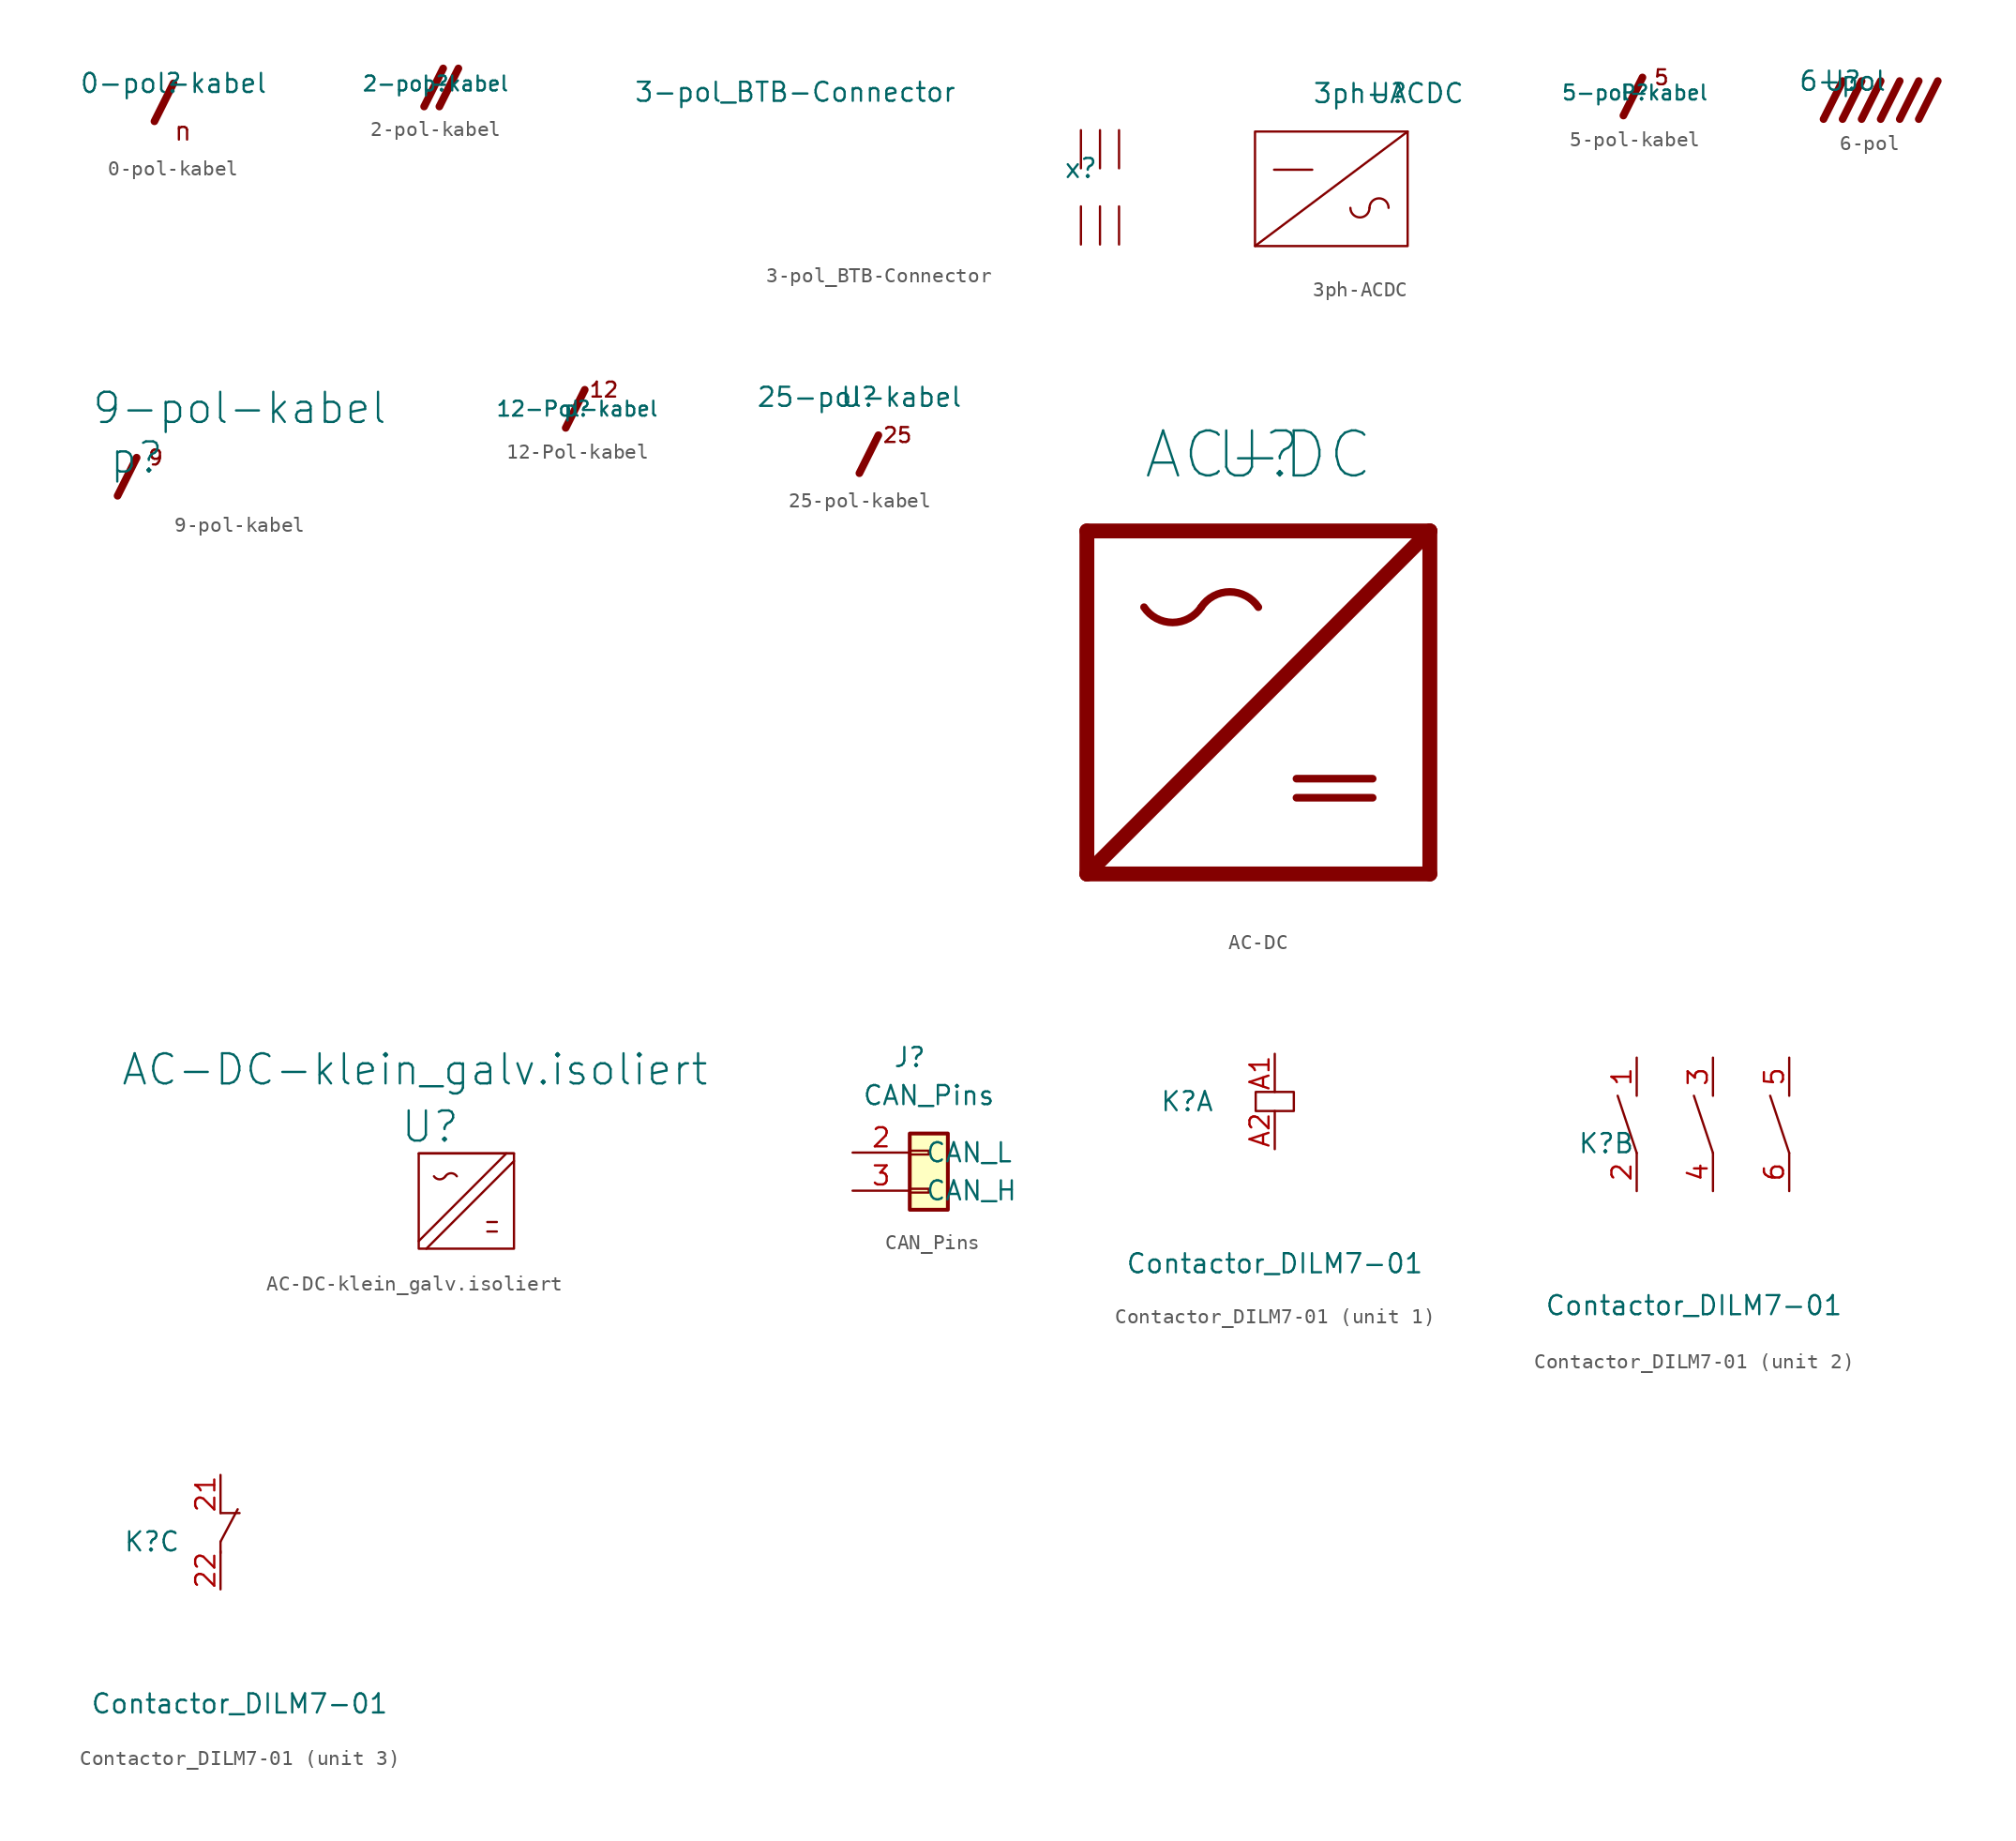
<source format=kicad_sym>
(kicad_symbol_lib
  (version 20231120)
  (generator "kicad_symbol_editor")
  (generator_version "8.0")
  (symbol "0-pol-kabel"
    (pin_names
      (offset 1.016))
    (property "Reference" ""
      (at 0 0 0)
      (effects (font (size 1.27 1.27))))
    (property "Value" "0-pol-kabel"
      (at 0 0 0)
      (effects (font (size 1.27 1.27))))
    (symbol "0-pol-kabel_0_0"
      (text "n" (at 0.635 -3.175 0) (effects (font (size 1.27 1.27)))))
    (symbol "0-pol-kabel_1_1"
      (polyline (pts (xy -1.27 -2.54) (xy 0 0)) (stroke (width 0.508) (type solid)) (fill (type outline)))))
  (symbol "2-pol-kabel"
    (pin_names
      (offset 1.016))
    (property "Reference" "p"
      (at 0 0 0)
      (effects (font (size 0.991 0.991))))
    (property "Value" "2-pol-kabel"
      (at 0 0 0)
      (effects (font (size 0.991 0.991))))
    (symbol "2-pol-kabel_1_1"
      (polyline (pts (xy -0.762 -1.524) (xy 0.508 1.016)) (stroke (width 0.508) (type solid)) (fill (type outline)))
      (polyline (pts (xy 0.254 -1.524) (xy 1.524 1.016)) (stroke (width 0.508) (type solid)) (fill (type outline)))))
  (symbol "3-pol_BTB-Connector"
    (pin_names
      (offset 1.016) hide)
    (property "Reference" "x"
      (at 0 0 0)
      (effects (font (size 1.27 1.27))))
    (property "Value" "3-pol_BTB-Connector"
      (at -19.05 5.08 0)
      (effects (font (size 1.27 1.27))))
    (symbol "3-pol_BTB-Connector_1_1"
      (pin bidirectional line (at 0 0 90) (length 2.54) (name "1" (effects (font (size 1.27 1.27)))) (number "~" (effects (font (size 1.27 1.27)))))
      (pin bidirectional line (at 1.27 0 90) (length 2.54) (name "2" (effects (font (size 1.27 1.27)))) (number "~" (effects (font (size 1.27 1.27)))))
      (pin bidirectional line (at 2.54 0 90) (length 2.54) (name "3" (effects (font (size 1.27 1.27)))) (number "~" (effects (font (size 1.27 1.27)))))
      (pin bidirectional line (at 0 -2.54 270) (length 2.54) (name "4" (effects (font (size 1.27 1.27)))) (number "~" (effects (font (size 1.27 1.27)))))
      (pin bidirectional line (at 1.27 -2.54 270) (length 2.54) (name "5" (effects (font (size 1.27 1.27)))) (number "~" (effects (font (size 1.27 1.27)))))
      (pin bidirectional line (at 2.54 -2.54 270) (length 2.54) (name "6" (effects (font (size 1.27 1.27)))) (number "~" (effects (font (size 1.27 1.27)))))))
  (symbol "3ph-ACDC"
    (pin_names
      (offset 1.016))
    (property "Reference" "U"
      (at 3.81 2.54 0)
      (effects (font (size 1.27 1.27))))
    (property "Value" "3ph-ACDC"
      (at 3.81 2.54 0)
      (effects (font (size 1.27 1.27))))
    (symbol "3ph-ACDC_0_0"
      (polyline (pts (xy -3.81 -2.54) (xy -1.27 -2.54)) (stroke (width 0) (type solid)) (fill (type none)))
      (text "~" (at 2.54 -6.35 0) (effects (font (size 2.54 2.54))))
      (text "~" (at 7.62 -5.08 0) (effects (font (size 2.54 2.54)))))
    (symbol "3ph-ACDC_0_1"
      (rectangle (start -5.08 0) (end 5.08 -7.62) (stroke (width 0) (type solid)) (fill (type none)))
      (polyline (pts (xy -5.08 -7.62) (xy 5.08 0)) (stroke (width 0) (type solid)) (fill (type none))))
    (symbol "3ph-ACDC_1_0"
      (arc (start 1.27 -5.08) (mid 1.905 -5.715) (end 2.54 -5.08) (stroke (width 0) (type solid)) (fill (type none)))
      (arc (start 3.81 -5.08) (mid 3.175 -4.445) (end 2.54 -5.08) (stroke (width 0) (type solid)) (fill (type none)))))
  (symbol "5-pol-kabel"
    (pin_names
      (offset 1.016))
    (property "Reference" "P"
      (at 0 0 0)
      (effects (font (size 0.991 0.991))))
    (property "Value" "5-pol-kabel"
      (at 0 0 0)
      (effects (font (size 0.991 0.991))))
    (symbol "5-pol-kabel_1_1"
      (polyline (pts (xy -0.762 -1.524) (xy 0.508 1.016)) (stroke (width 0.508) (type solid)) (fill (type outline)))
      (text "5" (at 1.778 1.016 0) (effects (font (size 0.991 0.991))))))
  (symbol "6-pol"
    (pin_names
      (offset 1.016))
    (property "Reference" "U"
      (at 0 0 0)
      (effects (font (size 1.27 1.27))))
    (property "Value" "6-pol"
      (at 0 0 0)
      (effects (font (size 1.27 1.27))))
    (symbol "6-pol_1_1"
      (polyline (pts (xy -1.27 -2.54) (xy 0 0)) (stroke (width 0.508) (type solid)) (fill (type outline)))
      (polyline (pts (xy 0 -2.54) (xy 1.27 0)) (stroke (width 0.508) (type solid)) (fill (type outline)))
      (polyline (pts (xy 1.27 -2.54) (xy 2.54 0)) (stroke (width 0.508) (type solid)) (fill (type outline)))
      (polyline (pts (xy 2.54 -2.54) (xy 3.81 0)) (stroke (width 0.508) (type solid)) (fill (type outline)))
      (polyline (pts (xy 3.81 -2.54) (xy 5.08 0)) (stroke (width 0.508) (type solid)) (fill (type outline)))
      (polyline (pts (xy 5.08 -2.54) (xy 6.35 0)) (stroke (width 0.508) (type solid)) (fill (type outline)))))
  (symbol "9-pol-kabel"
    (pin_names
      (offset 1.016))
    (property "Reference" "p"
      (at 0 0 0)
      (effects (font (size 2.007 2.007))))
    (property "Value" "9-pol-kabel"
      (at 6.858 3.302 0)
      (effects (font (size 2.007 2.007))))
    (symbol "9-pol-kabel_1_1"
      (polyline (pts (xy -1.27 -2.54) (xy 0 0)) (stroke (width 0.508) (type solid)) (fill (type outline)))
      (text "9" (at 1.27 0 0) (effects (font (size 0.991 0.991))))))
  (symbol "12-Pol-kabel"
    (pin_names
      (offset 1.016))
    (property "Reference" "p"
      (at 0 0 0)
      (effects (font (size 0.991 0.991))))
    (property "Value" "12-Pol-kabel"
      (at 0 0 0)
      (effects (font (size 0.991 0.991))))
    (symbol "12-Pol-kabel_1_1"
      (polyline (pts (xy -0.762 -1.27) (xy 0.508 1.27)) (stroke (width 0.508) (type solid)) (fill (type outline)))
      (text "12" (at 1.778 1.27 0) (effects (font (size 0.991 0.991))))))
  (symbol "25-pol-kabel"
    (pin_names
      (offset 1.016))
    (property "Reference" "U"
      (at 0 0 0)
      (effects (font (size 1.27 1.27))))
    (property "Value" "25-pol-kabel"
      (at 0 0 0)
      (effects (font (size 1.27 1.27))))
    (symbol "25-pol-kabel_0_0"
      (text "25" (at 2.54 -2.54 0) (effects (font (size 0.991 0.991)))))
    (symbol "25-pol-kabel_1_1"
      (polyline (pts (xy 0 -5.08) (xy 1.27 -2.54)) (stroke (width 0.508) (type solid)) (fill (type outline)))))
  (symbol "AC-DC"
    (pin_names
      (offset 1.016))
    (property "Reference" "U"
      (at 0 0 0)
      (effects (font (size 2.997 2.997))))
    (property "Value" "AC-DC"
      (at 0 0 0)
      (effects (font (size 2.997 2.997))))
    (symbol "AC-DC_1_1"
      (arc (start -7.62 -10.16) (mid -5.715 -11.1795) (end -3.81 -10.16) (stroke (width 0.508) (type solid)) (fill (type none)))
      (arc (start 0 -10.16) (mid -1.905 -9.1405) (end -3.81 -10.16) (stroke (width 0.508) (type solid)) (fill (type none)))
      (polyline (pts (xy -11.43 -27.94) (xy 11.43 -5.08)) (stroke (width 0.991) (type solid)) (fill (type none)))
      (polyline (pts (xy -11.43 -5.08) (xy -11.43 -27.94)) (stroke (width 0.991) (type solid)) (fill (type none)))
      (polyline (pts (xy -11.43 -5.08) (xy 11.43 -5.08)) (stroke (width 0.991) (type solid)) (fill (type none)))
      (polyline (pts (xy 2.54 -22.86) (xy 7.62 -22.86)) (stroke (width 0.508) (type solid)) (fill (type none)))
      (polyline (pts (xy 2.54 -21.59) (xy 7.62 -21.59)) (stroke (width 0.508) (type solid)) (fill (type none)))
      (polyline (pts (xy 11.43 -27.94) (xy -11.43 -27.94)) (stroke (width 0.991) (type solid)) (fill (type none)))
      (polyline (pts (xy 11.43 -27.94) (xy 11.43 -5.08)) (stroke (width 0.991) (type solid)) (fill (type none)))))
  (symbol "AC-DC-klein_galv.isoliert"
    (pin_names
      (offset 1.016))
    (property "Reference" "U"
      (at 0.762 1.778 0)
      (effects (font (size 2.007 2.007))))
    (property "Value" "AC-DC-klein_galv.isoliert"
      (at -0.254 5.588 0)
      (effects (font (size 2.007 2.007))))
    (symbol "AC-DC-klein_galv.isoliert_0_1"
      (polyline (pts (xy 0 -5.842) (xy 5.842 0)) (stroke (width 0) (type solid)) (fill (type none)))
      (polyline (pts (xy 6.35 -0.508) (xy 0.508 -6.35)) (stroke (width 0) (type solid)) (fill (type none))))
    (symbol "AC-DC-klein_galv.isoliert_1_1"
      (polyline (pts (xy 4.572 -5.207) (xy 5.207 -5.207)) (stroke (width 0) (type solid)) (fill (type none)))
      (polyline (pts (xy 4.572 -4.572) (xy 5.207 -4.572)) (stroke (width 0) (type solid)) (fill (type none)))
      (rectangle (start 0 0) (end 6.35 0) (stroke (width 0) (type solid)) (fill (type none)))
      (arc (start 1.016 -1.524) (mid 1.397 -1.7279) (end 1.778 -1.524) (stroke (width 0) (type solid)) (fill (type none)))
      (arc (start 2.54 -1.524) (mid 2.159 -1.3201) (end 1.778 -1.524) (stroke (width 0) (type solid)) (fill (type none)))
      (rectangle (start 6.35 0) (end 0 -6.35) (stroke (width 0) (type solid)) (fill (type none)))))
  (symbol "CAN_Pins"
    (pin_names
      (offset 1.016))
    (property "Reference" "J"
      (at 0 5.08 0)
      (effects (font (size 1.27 1.27))))
    (property "Value" "CAN_Pins"
      (at 1.27 2.54 0)
      (effects (font (size 1.27 1.27))))
    (symbol "CAN_Pins_1_1"
      (rectangle (start 0 -3.683) (end 1.27 -3.937) (stroke (width 0.152) (type solid)) (fill (type none)))
      (rectangle (start 0 -1.143) (end 1.27 -1.397) (stroke (width 0.152) (type solid)) (fill (type none)))
      (rectangle (start 0 0) (end 2.54 -5.08) (stroke (width 0.254) (type solid)) (fill (type background)))
      (pin passive line (at -3.81 -1.27 0) (length 3.81) (name "CAN_L" (effects (font (size 1.27 1.27)))) (number "2" (effects (font (size 1.27 1.27)))))
      (pin passive line (at -3.81 -3.81 0) (length 3.81) (name "CAN_H" (effects (font (size 1.27 1.27)))) (number "3" (effects (font (size 1.27 1.27)))))))
  (symbol "Contactor_DILM7-01"
    (pin_names
      (offset 1.016) hide)
    (property "Reference" "K"
      (at -4.572 3.175 0)
      (effects (font (size 1.27 1.27))))
    (property "Value" "Contactor_DILM7-01"
      (at 1.27 -7.62 0)
      (effects (font (size 1.27 1.27))))
    (property "ki_locked" ""
      (at 0 0 0)
      (effects (font (size 1.27 1.27))))
    (symbol "Contactor_DILM7-01_1_0"
      (rectangle (start 0 3.81) (end 2.54 2.54) (stroke (width 0) (type solid)) (fill (type none))))
    (symbol "Contactor_DILM7-01_1_1"
      (pin input line (at 1.27 6.35 270) (length 2.54) (name "A1" (effects (font (size 1.27 1.27)))) (number "A1" (effects (font (size 1.27 1.27)))))
      (pin input line (at 1.27 0 90) (length 2.54) (name "A2" (effects (font (size 1.27 1.27)))) (number "A2" (effects (font (size 1.27 1.27))))))
    (symbol "Contactor_DILM7-01_2_0"
      (polyline (pts (xy -2.54 2.54) (xy -3.81 6.35)) (stroke (width 0) (type solid)) (fill (type none)))
      (polyline (pts (xy 2.54 2.54) (xy 1.27 6.35)) (stroke (width 0) (type solid)) (fill (type none)))
      (polyline (pts (xy 7.62 2.54) (xy 6.35 6.35)) (stroke (width 0) (type solid)) (fill (type none))))
    (symbol "Contactor_DILM7-01_2_1"
      (pin output line (at -2.54 8.89 270) (length 2.54) (name "1" (effects (font (size 1.27 1.27)))) (number "1" (effects (font (size 1.27 1.27)))))
      (pin output line (at -2.54 0 90) (length 2.54) (name "2" (effects (font (size 1.27 1.27)))) (number "2" (effects (font (size 1.27 1.27)))))
      (pin output line (at 2.54 8.89 270) (length 2.54) (name "3" (effects (font (size 1.27 1.27)))) (number "3" (effects (font (size 1.27 1.27)))))
      (pin output line (at 2.54 0 90) (length 2.54) (name "4" (effects (font (size 1.27 1.27)))) (number "4" (effects (font (size 1.27 1.27)))))
      (pin output line (at 7.62 8.89 270) (length 2.54) (name "5" (effects (font (size 1.27 1.27)))) (number "5" (effects (font (size 1.27 1.27)))))
      (pin output line (at 7.62 0 90) (length 2.54) (name "6" (effects (font (size 1.27 1.27)))) (number "6" (effects (font (size 1.27 1.27))))))
    (symbol "Contactor_DILM7-01_3_0"
      (polyline (pts (xy 0 3.175) (xy 0 2.413)) (stroke (width 0) (type solid)) (fill (type none)))
      (polyline (pts (xy 0 3.175) (xy 1.143 5.334)) (stroke (width 0) (type solid)) (fill (type none)))
      (polyline (pts (xy 0 5.08) (xy 1.27 5.08)) (stroke (width 0) (type solid)) (fill (type none))))
    (symbol "Contactor_DILM7-01_3_1"
      (pin output line (at 0 7.62 270) (length 2.54) (name "21" (effects (font (size 1.27 1.27)))) (number "21" (effects (font (size 1.27 1.27)))))
      (pin output line (at 0 0 90) (length 2.54) (name "22" (effects (font (size 1.27 1.27)))) (number "22" (effects (font (size 1.27 1.27))))))))
</source>
